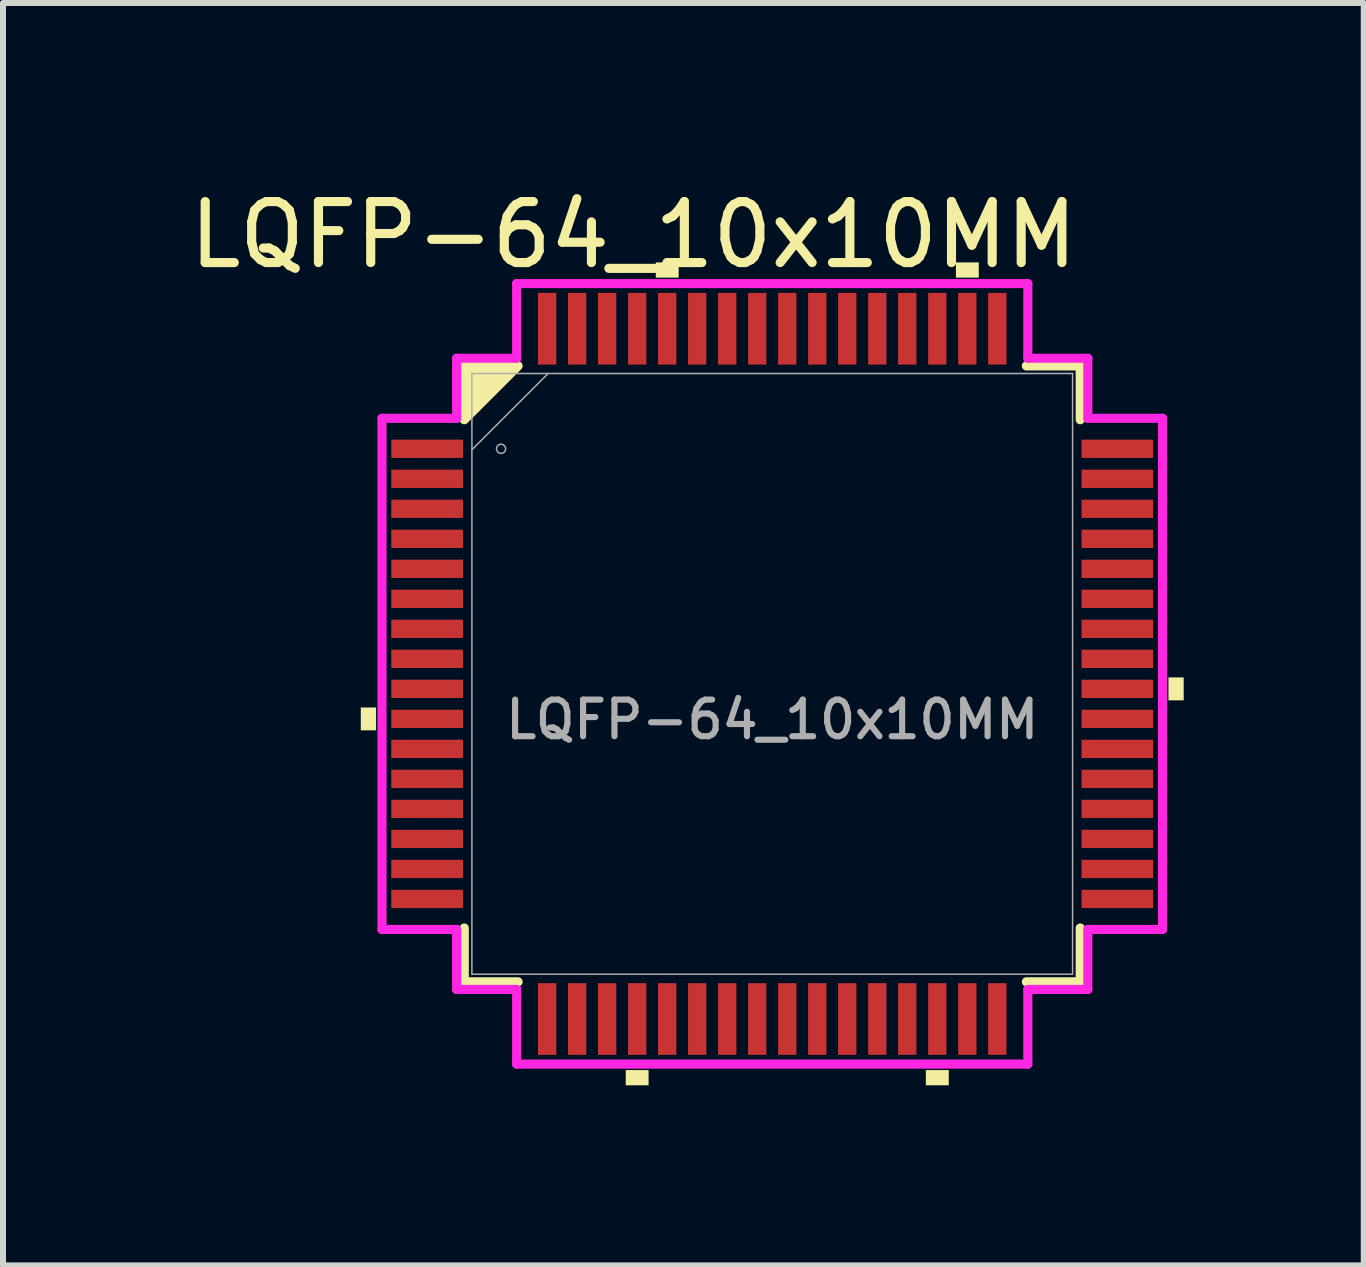
<source format=kicad_pcb>
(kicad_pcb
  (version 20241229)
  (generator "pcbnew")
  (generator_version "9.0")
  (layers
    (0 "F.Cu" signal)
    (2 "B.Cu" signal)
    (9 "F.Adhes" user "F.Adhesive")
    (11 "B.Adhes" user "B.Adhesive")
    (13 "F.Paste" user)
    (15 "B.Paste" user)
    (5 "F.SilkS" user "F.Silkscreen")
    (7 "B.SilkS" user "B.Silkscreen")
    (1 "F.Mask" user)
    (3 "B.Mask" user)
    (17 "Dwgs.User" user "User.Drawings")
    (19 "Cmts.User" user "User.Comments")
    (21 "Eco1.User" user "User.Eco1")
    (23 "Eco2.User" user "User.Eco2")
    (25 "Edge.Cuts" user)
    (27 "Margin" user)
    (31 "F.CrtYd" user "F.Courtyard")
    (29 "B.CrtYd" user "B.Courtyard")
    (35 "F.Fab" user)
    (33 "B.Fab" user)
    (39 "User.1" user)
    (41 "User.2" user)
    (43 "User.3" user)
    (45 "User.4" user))
  (footprint "LQFP-64_10x10MM"
    (layer "F.Cu")
    (at 9.816 8.177)
    (property "Reference" "LQFP-64_10x10MM" (at -2.311 -7.315 0) (unlocked yes) (layer "F.SilkS") (effects (font (size 1.016 1.016) (thickness 0.152))))
    (attr smd)
    (fp_line (start -5.131 4.234) (end -5.131 5.131) (stroke (width 0.152) (type solid)) (layer "F.SilkS"))
    (fp_line (start -5.131 5.131) (end -4.234 5.131) (stroke (width 0.152) (type solid)) (layer "F.SilkS"))
    (fp_line (start 4.234 5.131) (end 5.131 5.131) (stroke (width 0.152) (type solid)) (layer "F.SilkS"))
    (fp_line (start 5.131 -5.131) (end 4.234 -5.131) (stroke (width 0.152) (type solid)) (layer "F.SilkS"))
    (fp_line (start 5.131 -4.234) (end 5.131 -5.131) (stroke (width 0.152) (type solid)) (layer "F.SilkS"))
    (fp_line (start 5.131 5.131) (end 5.131 4.234) (stroke (width 0.152) (type solid)) (layer "F.SilkS"))
    (fp_poly (pts (xy -5.131 -4.234) (xy -4.234 -5.131) (xy -5.131 -5.131)) (stroke (width 0.152) (type solid)) (fill yes) (layer "F.SilkS"))
    (fp_poly (pts (xy -6.855 0.56) (xy -6.855 0.941) (xy -6.601 0.941) (xy -6.601 0.56)) (stroke (width 0) (type solid)) (fill yes) (layer "F.SilkS"))
    (fp_poly (pts (xy -2.441 6.601) (xy -2.441 6.855) (xy -2.06 6.855) (xy -2.06 6.601)) (stroke (width 0) (type solid)) (fill yes) (layer "F.SilkS"))
    (fp_poly (pts (xy -1.94 -6.601) (xy -1.94 -6.855) (xy -1.559 -6.855) (xy -1.559 -6.601)) (stroke (width 0) (type solid)) (fill yes) (layer "F.SilkS"))
    (fp_poly (pts (xy 2.559 6.601) (xy 2.559 6.855) (xy 2.941 6.855) (xy 2.941 6.601)) (stroke (width 0) (type solid)) (fill yes) (layer "F.SilkS"))
    (fp_poly (pts (xy 3.06 -6.601) (xy 3.06 -6.855) (xy 3.441 -6.855) (xy 3.441 -6.601)) (stroke (width 0) (type solid)) (fill yes) (layer "F.SilkS"))
    (fp_poly (pts (xy 6.855 0.059) (xy 6.855 0.441) (xy 6.601 0.441) (xy 6.601 0.059)) (stroke (width 0) (type solid)) (fill yes) (layer "F.SilkS"))
    (fp_line (start -6.502 -4.258) (end -5.258 -4.258) (stroke (width 0.152) (type solid)) (layer "F.CrtYd"))
    (fp_line (start -6.502 4.258) (end -6.502 -4.258) (stroke (width 0.152) (type solid)) (layer "F.CrtYd"))
    (fp_line (start -5.258 -5.258) (end -4.258 -5.258) (stroke (width 0.152) (type solid)) (layer "F.CrtYd"))
    (fp_line (start -5.258 -4.258) (end -5.258 -5.258) (stroke (width 0.152) (type solid)) (layer "F.CrtYd"))
    (fp_line (start -5.258 4.258) (end -6.502 4.258) (stroke (width 0.152) (type solid)) (layer "F.CrtYd"))
    (fp_line (start -5.258 5.258) (end -5.258 4.258) (stroke (width 0.152) (type solid)) (layer "F.CrtYd"))
    (fp_line (start -4.258 -6.502) (end 4.258 -6.502) (stroke (width 0.152) (type solid)) (layer "F.CrtYd"))
    (fp_line (start -4.258 -5.258) (end -4.258 -6.502) (stroke (width 0.152) (type solid)) (layer "F.CrtYd"))
    (fp_line (start -4.258 5.258) (end -5.258 5.258) (stroke (width 0.152) (type solid)) (layer "F.CrtYd"))
    (fp_line (start -4.258 6.502) (end -4.258 5.258) (stroke (width 0.152) (type solid)) (layer "F.CrtYd"))
    (fp_line (start 4.258 -6.502) (end 4.258 -5.258) (stroke (width 0.152) (type solid)) (layer "F.CrtYd"))
    (fp_line (start 4.258 -5.258) (end 5.258 -5.258) (stroke (width 0.152) (type solid)) (layer "F.CrtYd"))
    (fp_line (start 4.258 5.258) (end 4.258 6.502) (stroke (width 0.152) (type solid)) (layer "F.CrtYd"))
    (fp_line (start 4.258 6.502) (end -4.258 6.502) (stroke (width 0.152) (type solid)) (layer "F.CrtYd"))
    (fp_line (start 5.258 -5.258) (end 5.258 -4.258) (stroke (width 0.152) (type solid)) (layer "F.CrtYd"))
    (fp_line (start 5.258 -4.258) (end 6.502 -4.258) (stroke (width 0.152) (type solid)) (layer "F.CrtYd"))
    (fp_line (start 5.258 4.258) (end 5.258 5.258) (stroke (width 0.152) (type solid)) (layer "F.CrtYd"))
    (fp_line (start 5.258 5.258) (end 4.258 5.258) (stroke (width 0.152) (type solid)) (layer "F.CrtYd"))
    (fp_line (start 6.502 -4.258) (end 6.502 4.258) (stroke (width 0.152) (type solid)) (layer "F.CrtYd"))
    (fp_line (start 6.502 4.258) (end 5.258 4.258) (stroke (width 0.152) (type solid)) (layer "F.CrtYd"))
    (fp_line (start -5.004 -5.004) (end -5.004 5.004) (stroke (width 0.025) (type solid)) (layer "F.Fab"))
    (fp_line (start -5.004 -3.734) (end -3.734 -5.004) (stroke (width 0.025) (type solid)) (layer "F.Fab"))
    (fp_line (start -5.004 5.004) (end 5.004 5.004) (stroke (width 0.025) (type solid)) (layer "F.Fab"))
    (fp_line (start 5.004 -5.004) (end -5.004 -5.004) (stroke (width 0.025) (type solid)) (layer "F.Fab"))
    (fp_line (start 5.004 5.004) (end 5.004 -5.004) (stroke (width 0.025) (type solid)) (layer "F.Fab"))
    (fp_circle (center -4.518 -3.75) (end -4.442 -3.75) (stroke (width 0.025) (type solid)) (fill no) (layer "F.Fab"))
    (fp_text user "${REFERENCE}" (at 0 0.762 0) (unlocked yes) (layer "F.Fab") (effects (font (size 0.61 0.61) (thickness 0.102) (bold yes))))
    (pad "1" smd rect (at -5.75 -3.75) (size 1.194 0.305) (layers "F.Cu" "F.Mask" "F.Paste"))
    (pad "2" smd rect (at -5.75 -3.25) (size 1.194 0.305) (layers "F.Cu" "F.Mask" "F.Paste"))
    (pad "3" smd rect (at -5.75 -2.75) (size 1.194 0.305) (layers "F.Cu" "F.Mask" "F.Paste"))
    (pad "4" smd rect (at -5.75 -2.25) (size 1.194 0.305) (layers "F.Cu" "F.Mask" "F.Paste"))
    (pad "5" smd rect (at -5.75 -1.75) (size 1.194 0.305) (layers "F.Cu" "F.Mask" "F.Paste"))
    (pad "6" smd rect (at -5.75 -1.25) (size 1.194 0.305) (layers "F.Cu" "F.Mask" "F.Paste"))
    (pad "7" smd rect (at -5.75 -0.75) (size 1.194 0.305) (layers "F.Cu" "F.Mask" "F.Paste"))
    (pad "8" smd rect (at -5.75 -0.25) (size 1.194 0.305) (layers "F.Cu" "F.Mask" "F.Paste"))
    (pad "9" smd rect (at -5.75 0.25) (size 1.194 0.305) (layers "F.Cu" "F.Mask" "F.Paste"))
    (pad "10" smd rect (at -5.75 0.75) (size 1.194 0.305) (layers "F.Cu" "F.Mask" "F.Paste"))
    (pad "11" smd rect (at -5.75 1.25) (size 1.194 0.305) (layers "F.Cu" "F.Mask" "F.Paste"))
    (pad "12" smd rect (at -5.75 1.75) (size 1.194 0.305) (layers "F.Cu" "F.Mask" "F.Paste"))
    (pad "13" smd rect (at -5.75 2.25) (size 1.194 0.305) (layers "F.Cu" "F.Mask" "F.Paste"))
    (pad "14" smd rect (at -5.75 2.75) (size 1.194 0.305) (layers "F.Cu" "F.Mask" "F.Paste"))
    (pad "15" smd rect (at -5.75 3.25) (size 1.194 0.305) (layers "F.Cu" "F.Mask" "F.Paste"))
    (pad "16" smd rect (at -5.75 3.75) (size 1.194 0.305) (layers "F.Cu" "F.Mask" "F.Paste"))
    (pad "17" smd rect (at -3.75 5.75 90) (size 1.194 0.305) (layers "F.Cu" "F.Mask" "F.Paste"))
    (pad "18" smd rect (at -3.25 5.75 90) (size 1.194 0.305) (layers "F.Cu" "F.Mask" "F.Paste"))
    (pad "19" smd rect (at -2.75 5.75 90) (size 1.194 0.305) (layers "F.Cu" "F.Mask" "F.Paste"))
    (pad "20" smd rect (at -2.25 5.75 90) (size 1.194 0.305) (layers "F.Cu" "F.Mask" "F.Paste"))
    (pad "21" smd rect (at -1.75 5.75 90) (size 1.194 0.305) (layers "F.Cu" "F.Mask" "F.Paste"))
    (pad "22" smd rect (at -1.25 5.75 90) (size 1.194 0.305) (layers "F.Cu" "F.Mask" "F.Paste"))
    (pad "23" smd rect (at -0.75 5.75 90) (size 1.194 0.305) (layers "F.Cu" "F.Mask" "F.Paste"))
    (pad "24" smd rect (at -0.25 5.75 90) (size 1.194 0.305) (layers "F.Cu" "F.Mask" "F.Paste"))
    (pad "25" smd rect (at 0.25 5.75 90) (size 1.194 0.305) (layers "F.Cu" "F.Mask" "F.Paste"))
    (pad "26" smd rect (at 0.75 5.75 90) (size 1.194 0.305) (layers "F.Cu" "F.Mask" "F.Paste"))
    (pad "27" smd rect (at 1.25 5.75 90) (size 1.194 0.305) (layers "F.Cu" "F.Mask" "F.Paste"))
    (pad "28" smd rect (at 1.75 5.75 90) (size 1.194 0.305) (layers "F.Cu" "F.Mask" "F.Paste"))
    (pad "29" smd rect (at 2.25 5.75 90) (size 1.194 0.305) (layers "F.Cu" "F.Mask" "F.Paste"))
    (pad "30" smd rect (at 2.75 5.75 90) (size 1.194 0.305) (layers "F.Cu" "F.Mask" "F.Paste"))
    (pad "31" smd rect (at 3.25 5.75 90) (size 1.194 0.305) (layers "F.Cu" "F.Mask" "F.Paste"))
    (pad "32" smd rect (at 3.75 5.75 90) (size 1.194 0.305) (layers "F.Cu" "F.Mask" "F.Paste"))
    (pad "33" smd rect (at 5.75 3.75) (size 1.194 0.305) (layers "F.Cu" "F.Mask" "F.Paste"))
    (pad "34" smd rect (at 5.75 3.25) (size 1.194 0.305) (layers "F.Cu" "F.Mask" "F.Paste"))
    (pad "35" smd rect (at 5.75 2.75) (size 1.194 0.305) (layers "F.Cu" "F.Mask" "F.Paste"))
    (pad "36" smd rect (at 5.75 2.25) (size 1.194 0.305) (layers "F.Cu" "F.Mask" "F.Paste"))
    (pad "37" smd rect (at 5.75 1.75) (size 1.194 0.305) (layers "F.Cu" "F.Mask" "F.Paste"))
    (pad "38" smd rect (at 5.75 1.25) (size 1.194 0.305) (layers "F.Cu" "F.Mask" "F.Paste"))
    (pad "39" smd rect (at 5.75 0.75) (size 1.194 0.305) (layers "F.Cu" "F.Mask" "F.Paste"))
    (pad "40" smd rect (at 5.75 0.25) (size 1.194 0.305) (layers "F.Cu" "F.Mask" "F.Paste"))
    (pad "41" smd rect (at 5.75 -0.25) (size 1.194 0.305) (layers "F.Cu" "F.Mask" "F.Paste"))
    (pad "42" smd rect (at 5.75 -0.75) (size 1.194 0.305) (layers "F.Cu" "F.Mask" "F.Paste"))
    (pad "43" smd rect (at 5.75 -1.25) (size 1.194 0.305) (layers "F.Cu" "F.Mask" "F.Paste"))
    (pad "44" smd rect (at 5.75 -1.75) (size 1.194 0.305) (layers "F.Cu" "F.Mask" "F.Paste"))
    (pad "45" smd rect (at 5.75 -2.25) (size 1.194 0.305) (layers "F.Cu" "F.Mask" "F.Paste"))
    (pad "46" smd rect (at 5.75 -2.75) (size 1.194 0.305) (layers "F.Cu" "F.Mask" "F.Paste"))
    (pad "47" smd rect (at 5.75 -3.25) (size 1.194 0.305) (layers "F.Cu" "F.Mask" "F.Paste"))
    (pad "48" smd rect (at 5.75 -3.75) (size 1.194 0.305) (layers "F.Cu" "F.Mask" "F.Paste"))
    (pad "49" smd rect (at 3.75 -5.75 90) (size 1.194 0.305) (layers "F.Cu" "F.Mask" "F.Paste"))
    (pad "50" smd rect (at 3.25 -5.75 90) (size 1.194 0.305) (layers "F.Cu" "F.Mask" "F.Paste"))
    (pad "51" smd rect (at 2.75 -5.75 90) (size 1.194 0.305) (layers "F.Cu" "F.Mask" "F.Paste"))
    (pad "52" smd rect (at 2.25 -5.75 90) (size 1.194 0.305) (layers "F.Cu" "F.Mask" "F.Paste"))
    (pad "53" smd rect (at 1.75 -5.75 90) (size 1.194 0.305) (layers "F.Cu" "F.Mask" "F.Paste"))
    (pad "54" smd rect (at 1.25 -5.75 90) (size 1.194 0.305) (layers "F.Cu" "F.Mask" "F.Paste"))
    (pad "55" smd rect (at 0.75 -5.75 90) (size 1.194 0.305) (layers "F.Cu" "F.Mask" "F.Paste"))
    (pad "56" smd rect (at 0.25 -5.75 90) (size 1.194 0.305) (layers "F.Cu" "F.Mask" "F.Paste"))
    (pad "57" smd rect (at -0.25 -5.75 90) (size 1.194 0.305) (layers "F.Cu" "F.Mask" "F.Paste"))
    (pad "58" smd rect (at -0.75 -5.75 90) (size 1.194 0.305) (layers "F.Cu" "F.Mask" "F.Paste"))
    (pad "59" smd rect (at -1.25 -5.75 90) (size 1.194 0.305) (layers "F.Cu" "F.Mask" "F.Paste"))
    (pad "60" smd rect (at -1.75 -5.75 90) (size 1.194 0.305) (layers "F.Cu" "F.Mask" "F.Paste"))
    (pad "61" smd rect (at -2.25 -5.75 90) (size 1.194 0.305) (layers "F.Cu" "F.Mask" "F.Paste"))
    (pad "62" smd rect (at -2.75 -5.75 90) (size 1.194 0.305) (layers "F.Cu" "F.Mask" "F.Paste"))
    (pad "63" smd rect (at -3.25 -5.75 90) (size 1.194 0.305) (layers "F.Cu" "F.Mask" "F.Paste"))
    (pad "64" smd rect (at -3.75 -5.75 90) (size 1.194 0.305) (layers "F.Cu" "F.Mask" "F.Paste")))
  (gr_rect
    (start -3 -3)
    (end 19.671 18.032)
    (stroke (width 0.1) (type default))
    (fill no)
    (layer "Edge.Cuts")))
</source>
